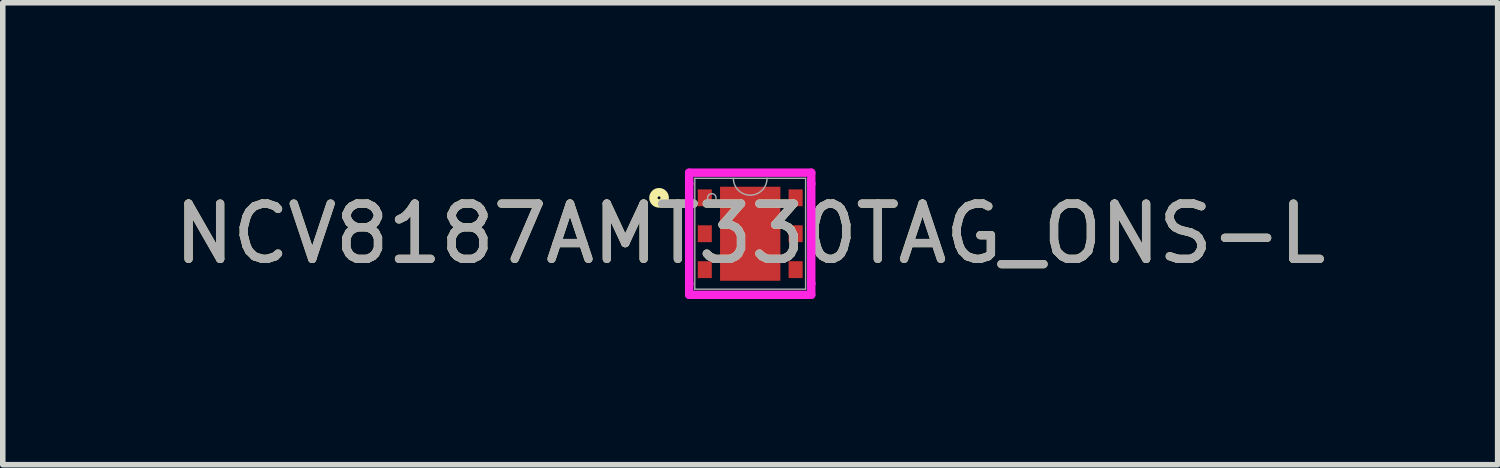
<source format=kicad_pcb>
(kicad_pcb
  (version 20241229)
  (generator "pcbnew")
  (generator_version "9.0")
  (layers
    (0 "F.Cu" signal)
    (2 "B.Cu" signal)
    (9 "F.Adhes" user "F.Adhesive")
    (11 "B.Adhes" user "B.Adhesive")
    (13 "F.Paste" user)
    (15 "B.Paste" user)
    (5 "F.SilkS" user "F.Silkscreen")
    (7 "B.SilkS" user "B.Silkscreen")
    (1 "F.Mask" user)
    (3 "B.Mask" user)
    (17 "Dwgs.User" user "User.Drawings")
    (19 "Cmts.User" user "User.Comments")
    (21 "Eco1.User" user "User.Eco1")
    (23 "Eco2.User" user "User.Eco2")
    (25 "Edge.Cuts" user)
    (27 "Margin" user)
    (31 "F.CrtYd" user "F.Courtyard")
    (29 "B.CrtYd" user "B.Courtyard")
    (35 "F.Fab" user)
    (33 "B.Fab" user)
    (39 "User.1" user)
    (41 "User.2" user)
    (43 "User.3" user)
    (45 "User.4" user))
  (footprint "NCV8187AMT330TAG_ONS-L"
    (layer "F.Cu")
    (at 10.53 1.181)
    (property "Reference" "NCV8187AMT330TAG_ONS-L" (at 0 0 0) (unlocked yes) (layer "F.SilkS") (effects (font (size 1 1) (thickness 0.15))))
    (attr smd)
    (fp_circle (center -1.65 -0.65) (end -1.548 -0.65) (stroke (width 0.152) (type solid)) (fill no) (layer "F.SilkS"))
    (fp_line (start -1.105 -1.105) (end 1.105 -1.105) (stroke (width 0.152) (type solid)) (layer "F.CrtYd"))
    (fp_line (start -1.105 -0.904) (end -1.105 -1.105) (stroke (width 0.152) (type solid)) (layer "F.CrtYd"))
    (fp_line (start -1.105 -0.904) (end -1.105 -0.904) (stroke (width 0.152) (type solid)) (layer "F.CrtYd"))
    (fp_line (start -1.105 0.904) (end -1.105 -0.904) (stroke (width 0.152) (type solid)) (layer "F.CrtYd"))
    (fp_line (start -1.105 0.904) (end -1.105 0.904) (stroke (width 0.152) (type solid)) (layer "F.CrtYd"))
    (fp_line (start -1.105 1.105) (end -1.105 0.904) (stroke (width 0.152) (type solid)) (layer "F.CrtYd"))
    (fp_line (start 1.105 -1.105) (end 1.105 -0.904) (stroke (width 0.152) (type solid)) (layer "F.CrtYd"))
    (fp_line (start 1.105 -0.904) (end 1.105 -0.904) (stroke (width 0.152) (type solid)) (layer "F.CrtYd"))
    (fp_line (start 1.105 -0.904) (end 1.105 0.904) (stroke (width 0.152) (type solid)) (layer "F.CrtYd"))
    (fp_line (start 1.105 0.904) (end 1.105 0.904) (stroke (width 0.152) (type solid)) (layer "F.CrtYd"))
    (fp_line (start 1.105 0.904) (end 1.105 1.105) (stroke (width 0.152) (type solid)) (layer "F.CrtYd"))
    (fp_line (start 1.105 1.105) (end -1.105 1.105) (stroke (width 0.152) (type solid)) (layer "F.CrtYd"))
    (fp_line (start -1.003 -1.003) (end -1.003 1.003) (stroke (width 0.025) (type solid)) (layer "F.Fab"))
    (fp_line (start -1.003 1.003) (end 1.003 1.003) (stroke (width 0.025) (type solid)) (layer "F.Fab"))
    (fp_line (start 1.003 -1.003) (end -1.003 -1.003) (stroke (width 0.025) (type solid)) (layer "F.Fab"))
    (fp_line (start 1.003 1.003) (end 1.003 -1.003) (stroke (width 0.025) (type solid)) (layer "F.Fab"))
    (fp_arc (start 0.3048 -1.0033) (mid 0 -0.6985) (end -0.3048 -1.0033) (stroke (width 0.0254) (type solid)) (layer "F.Fab"))
    (fp_circle (center -0.695 -0.65) (end -0.619 -0.65) (stroke (width 0.025) (type solid)) (fill no) (layer "F.Fab"))
    (fp_text user "${REFERENCE}" (at 0 0 0) (unlocked yes) (layer "F.Fab") (effects (font (size 1 1) (thickness 0.15))))
    (pad "1" smd rect (at -0.822 -0.65) (size 0.254 0.305) (layers "F.Cu" "F.Mask" "F.Paste"))
    (pad "2" smd rect (at -0.822 0) (size 0.254 0.305) (layers "F.Cu" "F.Mask" "F.Paste"))
    (pad "3" smd rect (at -0.822 0.65) (size 0.254 0.305) (layers "F.Cu" "F.Mask" "F.Paste"))
    (pad "4" smd rect (at 0.822 0.65) (size 0.254 0.305) (layers "F.Cu" "F.Mask" "F.Paste"))
    (pad "5" smd rect (at 0.822 0) (size 0.254 0.305) (layers "F.Cu" "F.Mask" "F.Paste"))
    (pad "6" smd rect (at 0.822 -0.65) (size 0.254 0.305) (layers "F.Cu" "F.Mask" "F.Paste"))
    (pad "7" smd rect (at 0 0) (size 1.092 1.702) (layers "F.Cu" "F.Mask" "F.Paste")))
  (gr_rect
    (start -3 -3)
    (end 24.06 5.362)
    (stroke (width 0.1) (type default))
    (fill no)
    (layer "Edge.Cuts")))
</source>
